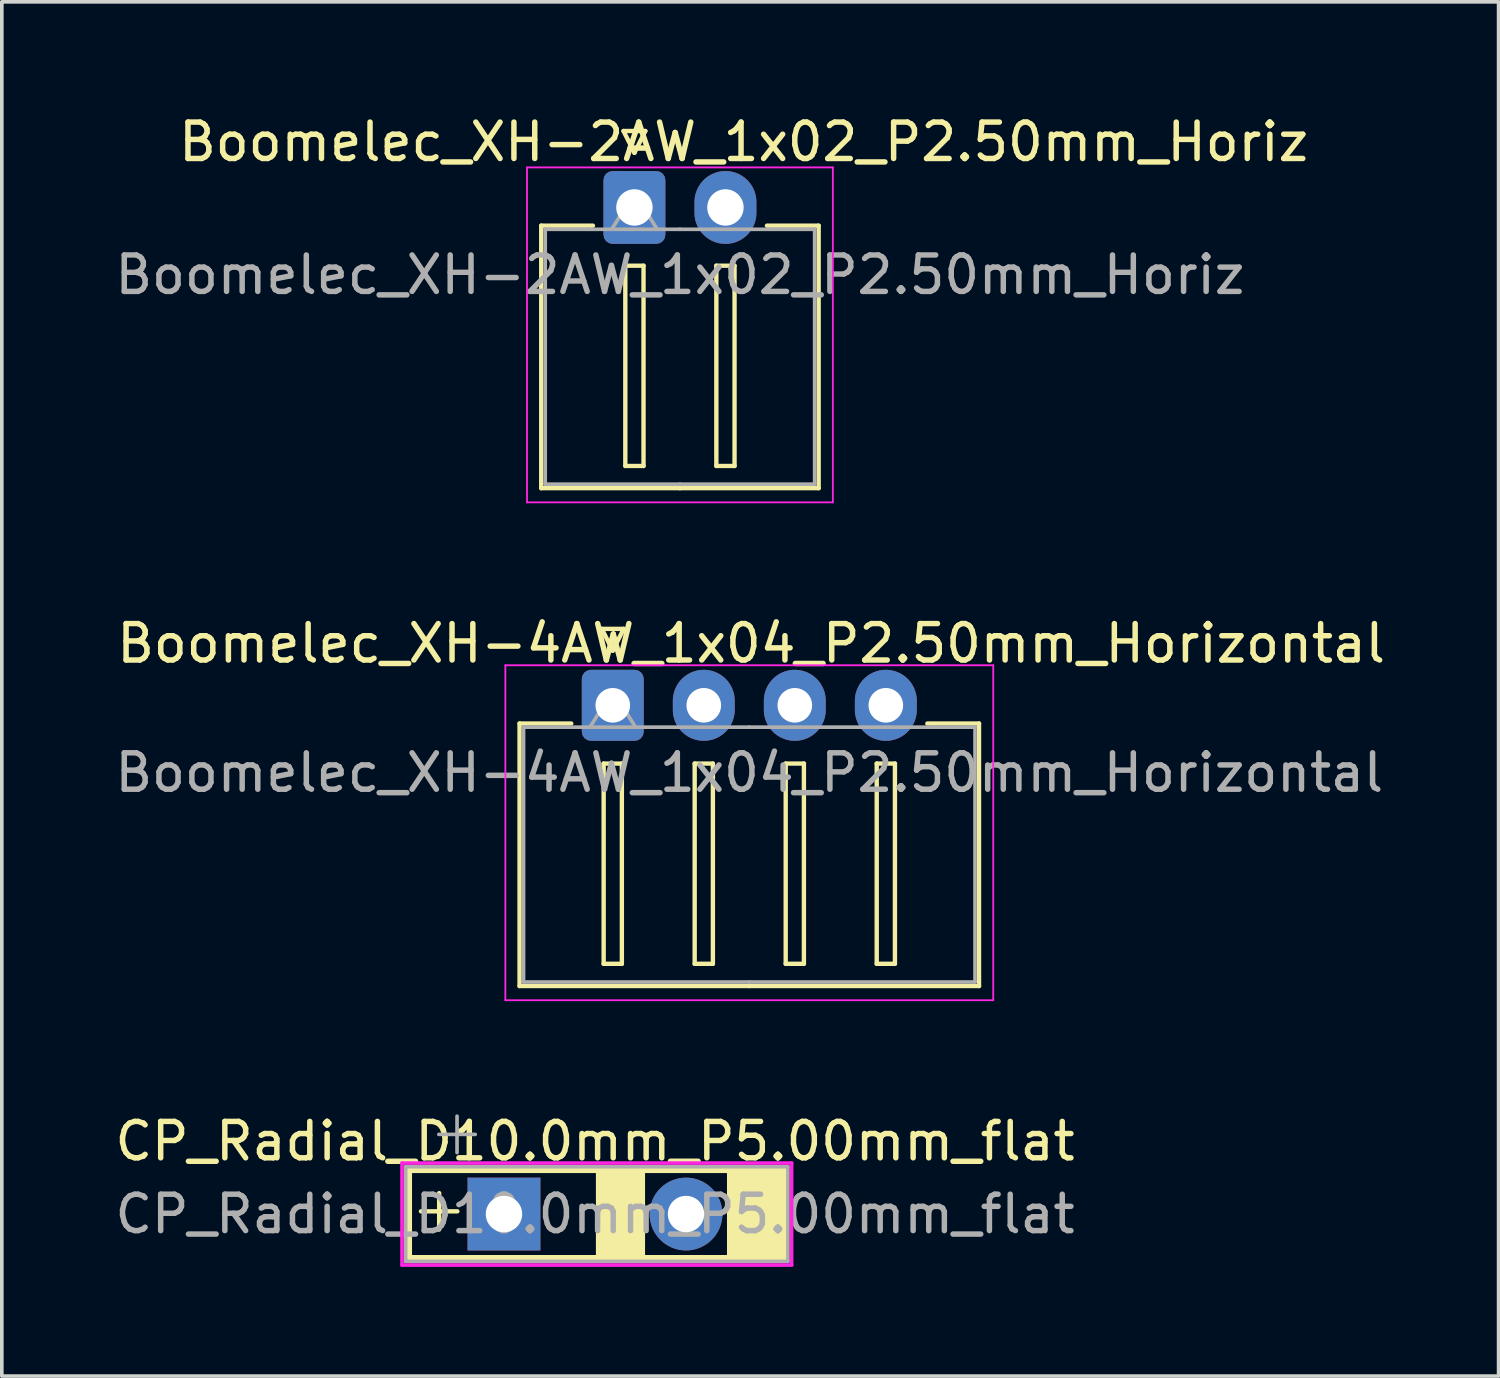
<source format=kicad_pcb>
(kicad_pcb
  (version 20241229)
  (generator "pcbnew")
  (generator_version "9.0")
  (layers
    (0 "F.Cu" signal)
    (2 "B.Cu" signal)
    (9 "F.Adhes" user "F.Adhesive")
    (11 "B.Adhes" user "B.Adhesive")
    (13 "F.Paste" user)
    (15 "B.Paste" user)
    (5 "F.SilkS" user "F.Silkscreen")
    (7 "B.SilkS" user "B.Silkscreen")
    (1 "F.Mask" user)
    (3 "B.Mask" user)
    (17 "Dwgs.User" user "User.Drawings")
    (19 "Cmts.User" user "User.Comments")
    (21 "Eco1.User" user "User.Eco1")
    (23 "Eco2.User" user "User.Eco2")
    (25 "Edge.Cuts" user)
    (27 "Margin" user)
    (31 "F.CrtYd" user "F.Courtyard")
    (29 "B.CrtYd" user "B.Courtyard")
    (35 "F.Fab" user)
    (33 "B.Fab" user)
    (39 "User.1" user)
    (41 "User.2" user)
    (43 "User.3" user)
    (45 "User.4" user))
  (footprint "Boomelec_XH-2AW_1x02_P2.50mm_Horiz"
    (layer "F.Cu")
    (at 14.375 2.648)
    (property "Reference" "Boomelec_XH-2AW_1x02_P2.50mm_Horiz" (at 3 -1.8 0) (layer "F.SilkS") (effects (font (size 1 1) (thickness 0.15))))
    (attr through_hole)
    (fp_line (start -2.56 0.5) (end -1.14 0.5) (stroke (width 0.12) (type solid)) (layer "F.SilkS"))
    (fp_line (start -2.56 7.71) (end -2.56 0.5) (stroke (width 0.12) (type solid)) (layer "F.SilkS"))
    (fp_line (start -0.3 -2.1) (end 0.3 -2.1) (stroke (width 0.12) (type solid)) (layer "F.SilkS"))
    (fp_line (start -0.25 1.6) (end -0.25 7.1) (stroke (width 0.12) (type solid)) (layer "F.SilkS"))
    (fp_line (start -0.25 7.1) (end 0.25 7.1) (stroke (width 0.12) (type solid)) (layer "F.SilkS"))
    (fp_line (start 0 -1.5) (end -0.3 -2.1) (stroke (width 0.12) (type solid)) (layer "F.SilkS"))
    (fp_line (start 0.25 1.6) (end -0.25 1.6) (stroke (width 0.12) (type solid)) (layer "F.SilkS"))
    (fp_line (start 0.25 7.1) (end 0.25 1.6) (stroke (width 0.12) (type solid)) (layer "F.SilkS"))
    (fp_line (start 0.3 -2.1) (end 0 -1.5) (stroke (width 0.12) (type solid)) (layer "F.SilkS"))
    (fp_line (start 1.25 7.71) (end -2.56 7.71) (stroke (width 0.12) (type solid)) (layer "F.SilkS"))
    (fp_line (start 1.25 7.71) (end 5.06 7.71) (stroke (width 0.12) (type solid)) (layer "F.SilkS"))
    (fp_line (start 2.25 1.6) (end 2.25 7.1) (stroke (width 0.12) (type solid)) (layer "F.SilkS"))
    (fp_line (start 2.25 7.1) (end 2.75 7.1) (stroke (width 0.12) (type solid)) (layer "F.SilkS"))
    (fp_line (start 2.75 1.6) (end 2.25 1.6) (stroke (width 0.12) (type solid)) (layer "F.SilkS"))
    (fp_line (start 2.75 7.1) (end 2.75 1.6) (stroke (width 0.12) (type solid)) (layer "F.SilkS"))
    (fp_line (start 5.06 0.5) (end 3.64 0.5) (stroke (width 0.12) (type solid)) (layer "F.SilkS"))
    (fp_line (start 5.06 7.71) (end 5.06 0.5) (stroke (width 0.12) (type solid)) (layer "F.SilkS"))
    (fp_line (start -2.95 -1.1) (end -2.95 8.1) (stroke (width 0.05) (type solid)) (layer "F.CrtYd"))
    (fp_line (start -2.95 8.1) (end 5.45 8.1) (stroke (width 0.05) (type solid)) (layer "F.CrtYd"))
    (fp_line (start 5.45 -1.1) (end -2.95 -1.1) (stroke (width 0.05) (type solid)) (layer "F.CrtYd"))
    (fp_line (start 5.45 8.1) (end 5.45 -1.1) (stroke (width 0.05) (type solid)) (layer "F.CrtYd"))
    (fp_line (start -2.45 0.6) (end -1.25 0.6) (stroke (width 0.1) (type solid)) (layer "F.Fab"))
    (fp_line (start -2.45 7.6) (end -2.45 0.6) (stroke (width 0.1) (type solid)) (layer "F.Fab"))
    (fp_line (start -1.25 0.6) (end 1.25 0.6) (stroke (width 0.1) (type solid)) (layer "F.Fab"))
    (fp_line (start -0.625 0.6) (end 0 -0.4) (stroke (width 0.1) (type solid)) (layer "F.Fab"))
    (fp_line (start 0 -0.4) (end 0.625 0.6) (stroke (width 0.1) (type solid)) (layer "F.Fab"))
    (fp_line (start 1.25 7.6) (end -2.45 7.6) (stroke (width 0.1) (type solid)) (layer "F.Fab"))
    (fp_line (start 1.25 7.6) (end 4.95 7.6) (stroke (width 0.1) (type solid)) (layer "F.Fab"))
    (fp_line (start 3.75 0.6) (end 1.25 0.6) (stroke (width 0.1) (type solid)) (layer "F.Fab"))
    (fp_line (start 4.95 0.6) (end 3.75 0.6) (stroke (width 0.1) (type solid)) (layer "F.Fab"))
    (fp_line (start 4.95 7.6) (end 4.95 0.6) (stroke (width 0.1) (type solid)) (layer "F.Fab"))
    (fp_text user "${REFERENCE}" (at 1.25 1.85 0) (layer "F.Fab") (effects (font (size 1 1) (thickness 0.15))))
    (pad "1" thru_hole roundrect (at 0 0) (size 1.7 2) (drill 1) (layers "*.Cu" "*.Mask") (roundrect_rratio 0.147))
    (pad "2" thru_hole oval (at 2.5 0) (size 1.7 2) (drill 1) (layers "*.Cu" "*.Mask")))
  (footprint "CP_Radial_D10.0mm_P5.00mm_flat"
    (layer "F.Cu")
    (at 10.792 30.295)
    (property "Reference" "CP_Radial_D10.0mm_P5.00mm_flat" (at 2.5 -2 0) (layer "F.SilkS") (effects (font (size 1 1) (thickness 0.15))))
    (attr through_hole)
    (fp_line (start -2.6 -1.2) (end -2.6 1.2) (stroke (width 0.15) (type solid)) (layer "F.SilkS"))
    (fp_line (start -2.6 1.2) (end 7.7 1.2) (stroke (width 0.15) (type solid)) (layer "F.SilkS"))
    (fp_line (start -2.28 -0.075) (end -1.28 -0.075) (stroke (width 0.12) (type solid)) (layer "F.SilkS"))
    (fp_line (start -1.78 -0.575) (end -1.78 0.425) (stroke (width 0.12) (type solid)) (layer "F.SilkS"))
    (fp_line (start 7.7 -1.2) (end -2.6 -1.2) (stroke (width 0.15) (type solid)) (layer "F.SilkS"))
    (fp_line (start 7.7 1.2) (end 7.7 -1.2) (stroke (width 0.15) (type solid)) (layer "F.SilkS"))
    (fp_poly (pts (xy 2.6 -1.2) (xy 2.6 1.2) (xy 3.8 1.2) (xy 3.8 -1.2)) (stroke (width 0.15) (type solid)) (fill yes) (layer "F.SilkS"))
    (fp_poly (pts (xy 6.2 -1.2) (xy 6.2 1.2) (xy 7.7 1.2) (xy 7.7 -1.2)) (stroke (width 0.15) (type solid)) (fill yes) (layer "F.SilkS"))
    (fp_line (start -2.8 -1.4) (end 7.9 -1.4) (stroke (width 0.1) (type solid)) (layer "F.CrtYd"))
    (fp_line (start -2.8 1.4) (end -2.8 -1.4) (stroke (width 0.1) (type solid)) (layer "F.CrtYd"))
    (fp_line (start 7.9 -1.4) (end 7.9 1.4) (stroke (width 0.1) (type solid)) (layer "F.CrtYd"))
    (fp_line (start 7.9 1.4) (end -2.8 1.4) (stroke (width 0.1) (type solid)) (layer "F.CrtYd"))
    (fp_line (start -2.7 -1.3) (end 7.8 -1.3) (stroke (width 0.1) (type solid)) (layer "F.Fab"))
    (fp_line (start -2.7 1.3) (end -2.7 -1.3) (stroke (width 0.1) (type solid)) (layer "F.Fab"))
    (fp_line (start -1.789 -2.188) (end -0.789 -2.188) (stroke (width 0.1) (type solid)) (layer "F.Fab"))
    (fp_line (start -1.289 -2.688) (end -1.289 -1.688) (stroke (width 0.1) (type solid)) (layer "F.Fab"))
    (fp_line (start 7.8 -1.3) (end 7.8 1.3) (stroke (width 0.1) (type solid)) (layer "F.Fab"))
    (fp_line (start 7.8 1.3) (end -2.7 1.3) (stroke (width 0.1) (type solid)) (layer "F.Fab"))
    (fp_text user "${REFERENCE}" (at 2.5 0 0) (layer "F.Fab") (effects (font (size 1 1) (thickness 0.15))))
    (pad "1" thru_hole rect (at 0 0) (size 2 2) (drill 1) (layers "*.Cu" "*.Mask"))
    (pad "2" thru_hole circle (at 5 0) (size 2 2) (drill 1) (layers "*.Cu" "*.Mask")))
  (footprint "Boomelec_XH-4AW_1x04_P2.50mm_Horizontal"
    (layer "F.Cu")
    (at 13.78 16.322)
    (property "Reference" "Boomelec_XH-4AW_1x04_P2.50mm_Horizontal" (at 3.8 -1.7 0) (layer "F.SilkS") (effects (font (size 1 1) (thickness 0.15))))
    (attr through_hole)
    (fp_line (start -2.56 0.5) (end -1.14 0.5) (stroke (width 0.12) (type solid)) (layer "F.SilkS"))
    (fp_line (start -2.56 7.71) (end -2.56 0.5) (stroke (width 0.12) (type solid)) (layer "F.SilkS"))
    (fp_line (start -0.3 -2.1) (end 0.3 -2.1) (stroke (width 0.12) (type solid)) (layer "F.SilkS"))
    (fp_line (start -0.25 1.6) (end -0.25 7.1) (stroke (width 0.12) (type solid)) (layer "F.SilkS"))
    (fp_line (start -0.25 7.1) (end 0.25 7.1) (stroke (width 0.12) (type solid)) (layer "F.SilkS"))
    (fp_line (start 0 -1.5) (end -0.3 -2.1) (stroke (width 0.12) (type solid)) (layer "F.SilkS"))
    (fp_line (start 0.25 1.6) (end -0.25 1.6) (stroke (width 0.12) (type solid)) (layer "F.SilkS"))
    (fp_line (start 0.25 7.1) (end 0.25 1.6) (stroke (width 0.12) (type solid)) (layer "F.SilkS"))
    (fp_line (start 0.3 -2.1) (end 0 -1.5) (stroke (width 0.12) (type solid)) (layer "F.SilkS"))
    (fp_line (start 2.25 1.6) (end 2.25 7.1) (stroke (width 0.12) (type solid)) (layer "F.SilkS"))
    (fp_line (start 2.25 7.1) (end 2.75 7.1) (stroke (width 0.12) (type solid)) (layer "F.SilkS"))
    (fp_line (start 2.75 1.6) (end 2.25 1.6) (stroke (width 0.12) (type solid)) (layer "F.SilkS"))
    (fp_line (start 2.75 7.1) (end 2.75 1.6) (stroke (width 0.12) (type solid)) (layer "F.SilkS"))
    (fp_line (start 3.75 7.71) (end -2.56 7.71) (stroke (width 0.12) (type solid)) (layer "F.SilkS"))
    (fp_line (start 3.75 7.71) (end 10.06 7.71) (stroke (width 0.12) (type solid)) (layer "F.SilkS"))
    (fp_line (start 4.75 1.6) (end 4.75 7.1) (stroke (width 0.12) (type solid)) (layer "F.SilkS"))
    (fp_line (start 4.75 7.1) (end 5.25 7.1) (stroke (width 0.12) (type solid)) (layer "F.SilkS"))
    (fp_line (start 5.25 1.6) (end 4.75 1.6) (stroke (width 0.12) (type solid)) (layer "F.SilkS"))
    (fp_line (start 5.25 7.1) (end 5.25 1.6) (stroke (width 0.12) (type solid)) (layer "F.SilkS"))
    (fp_line (start 7.25 1.6) (end 7.25 7.1) (stroke (width 0.12) (type solid)) (layer "F.SilkS"))
    (fp_line (start 7.25 7.1) (end 7.75 7.1) (stroke (width 0.12) (type solid)) (layer "F.SilkS"))
    (fp_line (start 7.75 1.6) (end 7.25 1.6) (stroke (width 0.12) (type solid)) (layer "F.SilkS"))
    (fp_line (start 7.75 7.1) (end 7.75 1.6) (stroke (width 0.12) (type solid)) (layer "F.SilkS"))
    (fp_line (start 10.06 0.5) (end 8.64 0.5) (stroke (width 0.12) (type solid)) (layer "F.SilkS"))
    (fp_line (start 10.06 7.71) (end 10.06 0.5) (stroke (width 0.12) (type solid)) (layer "F.SilkS"))
    (fp_line (start -2.95 -1.1) (end -2.95 8.1) (stroke (width 0.05) (type solid)) (layer "F.CrtYd"))
    (fp_line (start -2.95 8.1) (end 10.45 8.1) (stroke (width 0.05) (type solid)) (layer "F.CrtYd"))
    (fp_line (start 10.45 -1.1) (end -2.95 -1.1) (stroke (width 0.05) (type solid)) (layer "F.CrtYd"))
    (fp_line (start 10.45 8.1) (end 10.45 -1.1) (stroke (width 0.05) (type solid)) (layer "F.CrtYd"))
    (fp_line (start -2.45 0.6) (end -1.25 0.6) (stroke (width 0.1) (type solid)) (layer "F.Fab"))
    (fp_line (start -2.45 7.6) (end -2.45 0.6) (stroke (width 0.1) (type solid)) (layer "F.Fab"))
    (fp_line (start -1.25 0.6) (end 3.75 0.6) (stroke (width 0.1) (type solid)) (layer "F.Fab"))
    (fp_line (start -0.625 0.6) (end 0 -0.4) (stroke (width 0.1) (type solid)) (layer "F.Fab"))
    (fp_line (start 0 -0.4) (end 0.625 0.6) (stroke (width 0.1) (type solid)) (layer "F.Fab"))
    (fp_line (start 3.75 7.6) (end -2.45 7.6) (stroke (width 0.1) (type solid)) (layer "F.Fab"))
    (fp_line (start 3.75 7.6) (end 9.95 7.6) (stroke (width 0.1) (type solid)) (layer "F.Fab"))
    (fp_line (start 8.75 0.6) (end 3.75 0.6) (stroke (width 0.1) (type solid)) (layer "F.Fab"))
    (fp_line (start 9.95 0.6) (end 8.75 0.6) (stroke (width 0.1) (type solid)) (layer "F.Fab"))
    (fp_line (start 9.95 7.6) (end 9.95 0.6) (stroke (width 0.1) (type solid)) (layer "F.Fab"))
    (fp_text user "${REFERENCE}" (at 3.75 1.85 0) (layer "F.Fab") (effects (font (size 1 1) (thickness 0.15))))
    (pad "1" thru_hole roundrect (at 0 0) (size 1.7 1.95) (drill 0.95) (layers "*.Cu" "*.Mask") (roundrect_rratio 0.147))
    (pad "2" thru_hole oval (at 2.5 0) (size 1.7 1.95) (drill 0.95) (layers "*.Cu" "*.Mask"))
    (pad "3" thru_hole oval (at 5 0) (size 1.7 1.95) (drill 0.95) (layers "*.Cu" "*.Mask"))
    (pad "4" thru_hole oval (at 7.5 0) (size 1.7 1.95) (drill 0.95) (layers "*.Cu" "*.Mask")))
  (gr_rect
    (start -3 -3)
    (end 38.11 34.745)
    (stroke (width 0.1) (type default))
    (fill no)
    (layer "Edge.Cuts")))
</source>
